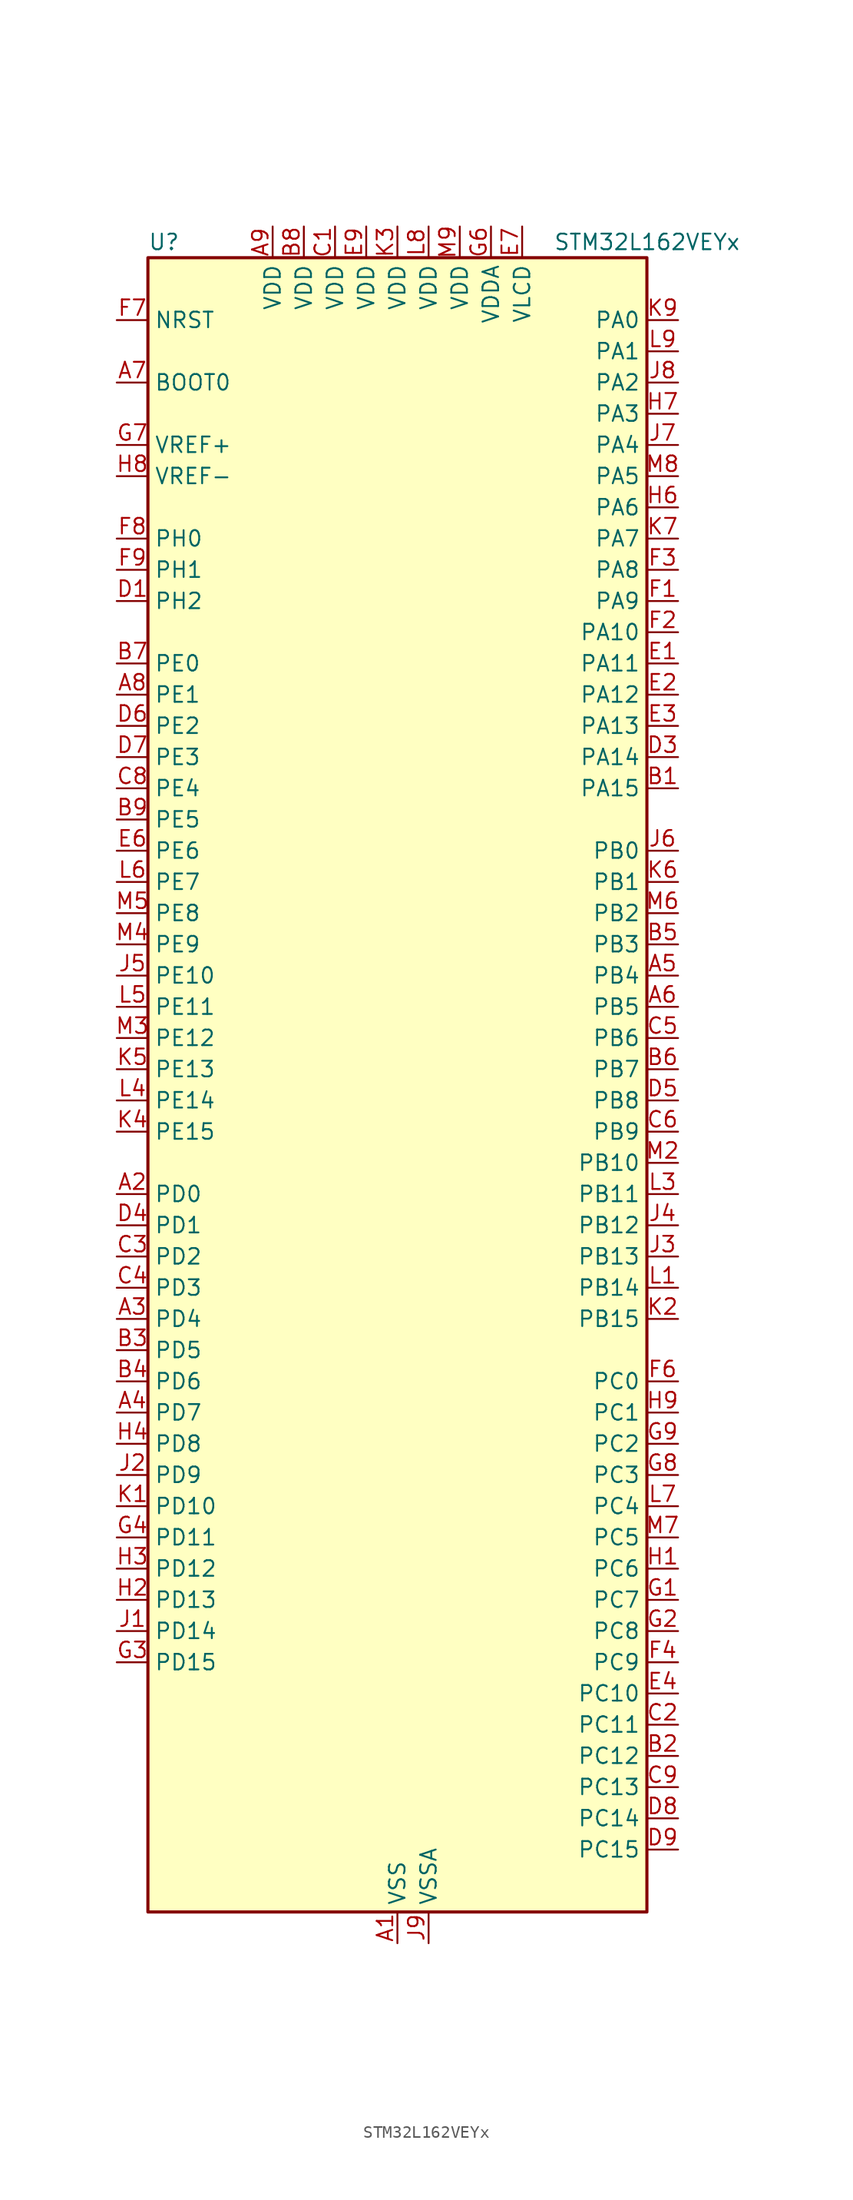
<source format=kicad_sym>
(kicad_symbol_lib
  (version 20241209)
  (generator "kicad_symbol_editor")
  (generator_version "9.0")
  (symbol "STM32L162VEYx"
    (property "Reference" "U"
      (at -20.32 69.85 0)
      (effects (font (size 1.27 1.27)) (justify left)))
    (property "Value" "STM32L162VEYx"
      (at 12.7 69.85 0)
      (effects (font (size 1.27 1.27)) (justify left)))
    (symbol "STM32L162VEYx_0_1"
      (rectangle (start -20.32 -66.04) (end 20.32 68.58) (stroke (width 0.254) (type default)) (fill (type background))))
    (symbol "STM32L162VEYx_1_1"
      (pin input line (at -22.86 63.5 0) (length 2.54) (name "NRST" (effects (font (size 1.27 1.27)))) (number "F7" (effects (font (size 1.27 1.27)))))
      (pin input line (at -22.86 58.42 0) (length 2.54) (name "BOOT0" (effects (font (size 1.27 1.27)))) (number "A7" (effects (font (size 1.27 1.27)))))
      (pin input line (at -22.86 53.34 0) (length 2.54) (name "VREF+" (effects (font (size 1.27 1.27)))) (number "G7" (effects (font (size 1.27 1.27)))))
      (pin input line (at -22.86 50.8 0) (length 2.54) (name "VREF-" (effects (font (size 1.27 1.27)))) (number "H8" (effects (font (size 1.27 1.27)))))
      (pin bidirectional line (at -22.86 45.72 0) (length 2.54) (name "PH0" (effects (font (size 1.27 1.27)))) (number "F8" (effects (font (size 1.27 1.27)))) (alternate "RCC_OSC_IN" bidirectional line))
      (pin bidirectional line (at -22.86 43.18 0) (length 2.54) (name "PH1" (effects (font (size 1.27 1.27)))) (number "F9" (effects (font (size 1.27 1.27)))) (alternate "RCC_OSC_OUT" bidirectional line))
      (pin bidirectional line (at -22.86 40.64 0) (length 2.54) (name "PH2" (effects (font (size 1.27 1.27)))) (number "D1" (effects (font (size 1.27 1.27)))))
      (pin bidirectional line (at -22.86 35.56 0) (length 2.54) (name "PE0" (effects (font (size 1.27 1.27)))) (number "B7" (effects (font (size 1.27 1.27)))) (alternate "LCD_SEG36" bidirectional line) (alternate "TIM10_CH1" bidirectional line) (alternate "TIM4_ETR" bidirectional line) (alternate "TIMX_IC1" bidirectional line))
      (pin bidirectional line (at -22.86 33.02 0) (length 2.54) (name "PE1" (effects (font (size 1.27 1.27)))) (number "A8" (effects (font (size 1.27 1.27)))) (alternate "LCD_SEG37" bidirectional line) (alternate "TIM11_CH1" bidirectional line) (alternate "TIMX_IC2" bidirectional line))
      (pin bidirectional line (at -22.86 30.48 0) (length 2.54) (name "PE2" (effects (font (size 1.27 1.27)))) (number "D6" (effects (font (size 1.27 1.27)))) (alternate "LCD_SEG38" bidirectional line) (alternate "SYS_TRACECK" bidirectional line) (alternate "TIM3_ETR" bidirectional line) (alternate "TIMX_IC3" bidirectional line))
      (pin bidirectional line (at -22.86 27.94 0) (length 2.54) (name "PE3" (effects (font (size 1.27 1.27)))) (number "D7" (effects (font (size 1.27 1.27)))) (alternate "LCD_SEG39" bidirectional line) (alternate "SYS_TRACED0" bidirectional line) (alternate "TIM3_CH1" bidirectional line) (alternate "TIMX_IC4" bidirectional line))
      (pin bidirectional line (at -22.86 25.4 0) (length 2.54) (name "PE4" (effects (font (size 1.27 1.27)))) (number "C8" (effects (font (size 1.27 1.27)))) (alternate "SYS_TRACED1" bidirectional line) (alternate "TIM3_CH2" bidirectional line) (alternate "TIMX_IC1" bidirectional line))
      (pin bidirectional line (at -22.86 22.86 0) (length 2.54) (name "PE5" (effects (font (size 1.27 1.27)))) (number "B9" (effects (font (size 1.27 1.27)))) (alternate "SYS_TRACED2" bidirectional line) (alternate "TIM9_CH1" bidirectional line) (alternate "TIMX_IC2" bidirectional line))
      (pin bidirectional line (at -22.86 20.32 0) (length 2.54) (name "PE6" (effects (font (size 1.27 1.27)))) (number "E6" (effects (font (size 1.27 1.27)))) (alternate "RTC_TAMP3" bidirectional line) (alternate "SYS_TRACED3" bidirectional line) (alternate "SYS_WKUP3" bidirectional line) (alternate "TIM9_CH2" bidirectional line) (alternate "TIMX_IC3" bidirectional line))
      (pin bidirectional line (at -22.86 17.78 0) (length 2.54) (name "PE7" (effects (font (size 1.27 1.27)))) (number "L6" (effects (font (size 1.27 1.27)))) (alternate "ADC_IN22" bidirectional line) (alternate "COMP1_INP" bidirectional line) (alternate "TIMX_IC4" bidirectional line))
      (pin bidirectional line (at -22.86 15.24 0) (length 2.54) (name "PE8" (effects (font (size 1.27 1.27)))) (number "M5" (effects (font (size 1.27 1.27)))) (alternate "ADC_IN23" bidirectional line) (alternate "COMP1_INP" bidirectional line) (alternate "TIMX_IC1" bidirectional line))
      (pin bidirectional line (at -22.86 12.7 0) (length 2.54) (name "PE9" (effects (font (size 1.27 1.27)))) (number "M4" (effects (font (size 1.27 1.27)))) (alternate "ADC_IN24" bidirectional line) (alternate "COMP1_INP" bidirectional line) (alternate "DAC_EXTI9" bidirectional line) (alternate "TIM2_CH1" bidirectional line) (alternate "TIM2_ETR" bidirectional line) (alternate "TIMX_IC2" bidirectional line))
      (pin bidirectional line (at -22.86 10.16 0) (length 2.54) (name "PE10" (effects (font (size 1.27 1.27)))) (number "J5" (effects (font (size 1.27 1.27)))) (alternate "ADC_IN25" bidirectional line) (alternate "COMP1_INP" bidirectional line) (alternate "TIM2_CH2" bidirectional line) (alternate "TIMX_IC3" bidirectional line))
      (pin bidirectional line (at -22.86 7.62 0) (length 2.54) (name "PE11" (effects (font (size 1.27 1.27)))) (number "L5" (effects (font (size 1.27 1.27)))) (alternate "ADC_EXTI11" bidirectional line) (alternate "TIM2_CH3" bidirectional line) (alternate "TIMX_IC4" bidirectional line))
      (pin bidirectional line (at -22.86 5.08 0) (length 2.54) (name "PE12" (effects (font (size 1.27 1.27)))) (number "M3" (effects (font (size 1.27 1.27)))) (alternate "SPI1_NSS" bidirectional line) (alternate "TIM2_CH4" bidirectional line) (alternate "TIMX_IC1" bidirectional line))
      (pin bidirectional line (at -22.86 2.54 0) (length 2.54) (name "PE13" (effects (font (size 1.27 1.27)))) (number "K5" (effects (font (size 1.27 1.27)))) (alternate "SPI1_SCK" bidirectional line) (alternate "TIMX_IC2" bidirectional line))
      (pin bidirectional line (at -22.86 0 0) (length 2.54) (name "PE14" (effects (font (size 1.27 1.27)))) (number "L4" (effects (font (size 1.27 1.27)))) (alternate "SPI1_MISO" bidirectional line) (alternate "TIMX_IC3" bidirectional line))
      (pin bidirectional line (at -22.86 -2.54 0) (length 2.54) (name "PE15" (effects (font (size 1.27 1.27)))) (number "K4" (effects (font (size 1.27 1.27)))) (alternate "ADC_EXTI15" bidirectional line) (alternate "SPI1_MOSI" bidirectional line) (alternate "TIMX_IC4" bidirectional line))
      (pin bidirectional line (at -22.86 -7.62 0) (length 2.54) (name "PD0" (effects (font (size 1.27 1.27)))) (number "A2" (effects (font (size 1.27 1.27)))) (alternate "I2S2_WS" bidirectional line) (alternate "SPI2_NSS" bidirectional line) (alternate "TIM9_CH1" bidirectional line) (alternate "TIMX_IC1" bidirectional line))
      (pin bidirectional line (at -22.86 -10.16 0) (length 2.54) (name "PD1" (effects (font (size 1.27 1.27)))) (number "D4" (effects (font (size 1.27 1.27)))) (alternate "I2S2_CK" bidirectional line) (alternate "SPI2_SCK" bidirectional line) (alternate "TIMX_IC2" bidirectional line))
      (pin bidirectional line (at -22.86 -12.7 0) (length 2.54) (name "PD2" (effects (font (size 1.27 1.27)))) (number "C3" (effects (font (size 1.27 1.27)))) (alternate "LCD_COM7" bidirectional line) (alternate "LCD_SEG31" bidirectional line) (alternate "LCD_SEG43" bidirectional line) (alternate "TIM3_ETR" bidirectional line) (alternate "TIMX_IC3" bidirectional line) (alternate "UART5_RX" bidirectional line))
      (pin bidirectional line (at -22.86 -15.24 0) (length 2.54) (name "PD3" (effects (font (size 1.27 1.27)))) (number "C4" (effects (font (size 1.27 1.27)))) (alternate "SPI2_MISO" bidirectional line) (alternate "TIMX_IC4" bidirectional line) (alternate "USART2_CTS" bidirectional line))
      (pin bidirectional line (at -22.86 -17.78 0) (length 2.54) (name "PD4" (effects (font (size 1.27 1.27)))) (number "A3" (effects (font (size 1.27 1.27)))) (alternate "I2S2_SD" bidirectional line) (alternate "SPI2_MOSI" bidirectional line) (alternate "TIMX_IC1" bidirectional line) (alternate "USART2_RTS" bidirectional line))
      (pin bidirectional line (at -22.86 -20.32 0) (length 2.54) (name "PD5" (effects (font (size 1.27 1.27)))) (number "B3" (effects (font (size 1.27 1.27)))) (alternate "TIMX_IC2" bidirectional line) (alternate "USART2_TX" bidirectional line))
      (pin bidirectional line (at -22.86 -22.86 0) (length 2.54) (name "PD6" (effects (font (size 1.27 1.27)))) (number "B4" (effects (font (size 1.27 1.27)))) (alternate "TIMX_IC3" bidirectional line) (alternate "USART2_RX" bidirectional line))
      (pin bidirectional line (at -22.86 -25.4 0) (length 2.54) (name "PD7" (effects (font (size 1.27 1.27)))) (number "A4" (effects (font (size 1.27 1.27)))) (alternate "TIM9_CH2" bidirectional line) (alternate "TIMX_IC4" bidirectional line) (alternate "USART2_CK" bidirectional line))
      (pin bidirectional line (at -22.86 -27.94 0) (length 2.54) (name "PD8" (effects (font (size 1.27 1.27)))) (number "H4" (effects (font (size 1.27 1.27)))) (alternate "LCD_SEG28" bidirectional line) (alternate "TIMX_IC1" bidirectional line) (alternate "USART3_TX" bidirectional line))
      (pin bidirectional line (at -22.86 -30.48 0) (length 2.54) (name "PD9" (effects (font (size 1.27 1.27)))) (number "J2" (effects (font (size 1.27 1.27)))) (alternate "DAC_EXTI9" bidirectional line) (alternate "LCD_SEG29" bidirectional line) (alternate "TIMX_IC2" bidirectional line) (alternate "USART3_RX" bidirectional line))
      (pin bidirectional line (at -22.86 -33.02 0) (length 2.54) (name "PD10" (effects (font (size 1.27 1.27)))) (number "K1" (effects (font (size 1.27 1.27)))) (alternate "LCD_SEG30" bidirectional line) (alternate "TIMX_IC3" bidirectional line) (alternate "USART3_CK" bidirectional line))
      (pin bidirectional line (at -22.86 -35.56 0) (length 2.54) (name "PD11" (effects (font (size 1.27 1.27)))) (number "G4" (effects (font (size 1.27 1.27)))) (alternate "ADC_EXTI11" bidirectional line) (alternate "LCD_SEG31" bidirectional line) (alternate "TIMX_IC4" bidirectional line) (alternate "USART3_CTS" bidirectional line))
      (pin bidirectional line (at -22.86 -38.1 0) (length 2.54) (name "PD12" (effects (font (size 1.27 1.27)))) (number "H3" (effects (font (size 1.27 1.27)))) (alternate "LCD_SEG32" bidirectional line) (alternate "TIM4_CH1" bidirectional line) (alternate "TIMX_IC1" bidirectional line) (alternate "USART3_RTS" bidirectional line))
      (pin bidirectional line (at -22.86 -40.64 0) (length 2.54) (name "PD13" (effects (font (size 1.27 1.27)))) (number "H2" (effects (font (size 1.27 1.27)))) (alternate "LCD_SEG33" bidirectional line) (alternate "TIM4_CH2" bidirectional line) (alternate "TIMX_IC2" bidirectional line))
      (pin bidirectional line (at -22.86 -43.18 0) (length 2.54) (name "PD14" (effects (font (size 1.27 1.27)))) (number "J1" (effects (font (size 1.27 1.27)))) (alternate "LCD_SEG34" bidirectional line) (alternate "TIM4_CH3" bidirectional line) (alternate "TIMX_IC3" bidirectional line))
      (pin bidirectional line (at -22.86 -45.72 0) (length 2.54) (name "PD15" (effects (font (size 1.27 1.27)))) (number "G3" (effects (font (size 1.27 1.27)))) (alternate "ADC_EXTI15" bidirectional line) (alternate "LCD_SEG35" bidirectional line) (alternate "TIM4_CH4" bidirectional line) (alternate "TIMX_IC4" bidirectional line))
      (pin power_in line (at -10.16 71.12 270) (length 2.54) (name "VDD" (effects (font (size 1.27 1.27)))) (number "A9" (effects (font (size 1.27 1.27)))))
      (pin power_in line (at -7.62 71.12 270) (length 2.54) (name "VDD" (effects (font (size 1.27 1.27)))) (number "B8" (effects (font (size 1.27 1.27)))))
      (pin power_in line (at -5.08 71.12 270) (length 2.54) (name "VDD" (effects (font (size 1.27 1.27)))) (number "C1" (effects (font (size 1.27 1.27)))))
      (pin power_in line (at -2.54 71.12 270) (length 2.54) (name "VDD" (effects (font (size 1.27 1.27)))) (number "E9" (effects (font (size 1.27 1.27)))))
      (pin power_in line (at 0 71.12 270) (length 2.54) (name "VDD" (effects (font (size 1.27 1.27)))) (number "K3" (effects (font (size 1.27 1.27)))))
      (pin power_in line (at 0 -68.58 90) (length 2.54) (name "VSS" (effects (font (size 1.27 1.27)))) (number "A1" (effects (font (size 1.27 1.27)))))
      (pin passive line (at 0 -68.58 90) (length 2.54) (hide yes) (name "VSS" (effects (font (size 1.27 1.27)))) (number "C7" (effects (font (size 1.27 1.27)))))
      (pin passive line (at 0 -68.58 90) (length 2.54) (hide yes) (name "VSS" (effects (font (size 1.27 1.27)))) (number "D2" (effects (font (size 1.27 1.27)))))
      (pin passive line (at 0 -68.58 90) (length 2.54) (hide yes) (name "VSS" (effects (font (size 1.27 1.27)))) (number "E8" (effects (font (size 1.27 1.27)))))
      (pin passive line (at 0 -68.58 90) (length 2.54) (hide yes) (name "VSS" (effects (font (size 1.27 1.27)))) (number "K8" (effects (font (size 1.27 1.27)))))
      (pin passive line (at 0 -68.58 90) (length 2.54) (hide yes) (name "VSS" (effects (font (size 1.27 1.27)))) (number "L2" (effects (font (size 1.27 1.27)))))
      (pin passive line (at 0 -68.58 90) (length 2.54) (hide yes) (name "VSS" (effects (font (size 1.27 1.27)))) (number "M1" (effects (font (size 1.27 1.27)))))
      (pin power_in line (at 2.54 71.12 270) (length 2.54) (name "VDD" (effects (font (size 1.27 1.27)))) (number "L8" (effects (font (size 1.27 1.27)))))
      (pin power_in line (at 2.54 -68.58 90) (length 2.54) (name "VSSA" (effects (font (size 1.27 1.27)))) (number "J9" (effects (font (size 1.27 1.27)))))
      (pin power_in line (at 5.08 71.12 270) (length 2.54) (name "VDD" (effects (font (size 1.27 1.27)))) (number "M9" (effects (font (size 1.27 1.27)))))
      (pin power_in line (at 7.62 71.12 270) (length 2.54) (name "VDDA" (effects (font (size 1.27 1.27)))) (number "G6" (effects (font (size 1.27 1.27)))))
      (pin power_in line (at 10.16 71.12 270) (length 2.54) (name "VLCD" (effects (font (size 1.27 1.27)))) (number "E7" (effects (font (size 1.27 1.27)))))
      (pin bidirectional line (at 22.86 63.5 180) (length 2.54) (name "PA0" (effects (font (size 1.27 1.27)))) (number "K9" (effects (font (size 1.27 1.27)))) (alternate "ADC_IN0" bidirectional line) (alternate "COMP1_INP" bidirectional line) (alternate "RTC_TAMP2" bidirectional line) (alternate "SYS_WKUP1" bidirectional line) (alternate "TIM2_CH1" bidirectional line) (alternate "TIM2_ETR" bidirectional line) (alternate "TIM5_CH1" bidirectional line) (alternate "TIMX_IC1" bidirectional line) (alternate "TS_G1_IO1" bidirectional line) (alternate "USART2_CTS" bidirectional line))
      (pin bidirectional line (at 22.86 60.96 180) (length 2.54) (name "PA1" (effects (font (size 1.27 1.27)))) (number "L9" (effects (font (size 1.27 1.27)))) (alternate "ADC_IN1" bidirectional line) (alternate "COMP1_INP" bidirectional line) (alternate "LCD_SEG0" bidirectional line) (alternate "OPAMP1_VINP" bidirectional line) (alternate "TIM2_CH2" bidirectional line) (alternate "TIM5_CH2" bidirectional line) (alternate "TIMX_IC2" bidirectional line) (alternate "TS_G1_IO2" bidirectional line) (alternate "USART2_RTS" bidirectional line))
      (pin bidirectional line (at 22.86 58.42 180) (length 2.54) (name "PA2" (effects (font (size 1.27 1.27)))) (number "J8" (effects (font (size 1.27 1.27)))) (alternate "ADC_IN2" bidirectional line) (alternate "COMP1_INP" bidirectional line) (alternate "LCD_SEG1" bidirectional line) (alternate "OPAMP1_VINM" bidirectional line) (alternate "TIM2_CH3" bidirectional line) (alternate "TIM5_CH3" bidirectional line) (alternate "TIM9_CH1" bidirectional line) (alternate "TIMX_IC3" bidirectional line) (alternate "TS_G1_IO3" bidirectional line) (alternate "USART2_TX" bidirectional line))
      (pin bidirectional line (at 22.86 55.88 180) (length 2.54) (name "PA3" (effects (font (size 1.27 1.27)))) (number "H7" (effects (font (size 1.27 1.27)))) (alternate "ADC_IN3" bidirectional line) (alternate "COMP1_INP" bidirectional line) (alternate "LCD_SEG2" bidirectional line) (alternate "OPAMP1_VOUT" bidirectional line) (alternate "TIM2_CH4" bidirectional line) (alternate "TIM5_CH4" bidirectional line) (alternate "TIM9_CH2" bidirectional line) (alternate "TIMX_IC4" bidirectional line) (alternate "TS_G1_IO4" bidirectional line) (alternate "USART2_RX" bidirectional line))
      (pin bidirectional line (at 22.86 53.34 180) (length 2.54) (name "PA4" (effects (font (size 1.27 1.27)))) (number "J7" (effects (font (size 1.27 1.27)))) (alternate "ADC_IN4" bidirectional line) (alternate "COMP1_INP" bidirectional line) (alternate "DAC_OUT1" bidirectional line) (alternate "I2S3_WS" bidirectional line) (alternate "SPI1_NSS" bidirectional line) (alternate "SPI3_NSS" bidirectional line) (alternate "TIMX_IC1" bidirectional line) (alternate "USART2_CK" bidirectional line))
      (pin bidirectional line (at 22.86 50.8 180) (length 2.54) (name "PA5" (effects (font (size 1.27 1.27)))) (number "M8" (effects (font (size 1.27 1.27)))) (alternate "ADC_IN5" bidirectional line) (alternate "COMP1_INP" bidirectional line) (alternate "DAC_OUT2" bidirectional line) (alternate "SPI1_SCK" bidirectional line) (alternate "TIM2_CH1" bidirectional line) (alternate "TIM2_ETR" bidirectional line) (alternate "TIMX_IC2" bidirectional line))
      (pin bidirectional line (at 22.86 48.26 180) (length 2.54) (name "PA6" (effects (font (size 1.27 1.27)))) (number "H6" (effects (font (size 1.27 1.27)))) (alternate "ADC_IN6" bidirectional line) (alternate "COMP1_INP" bidirectional line) (alternate "LCD_SEG3" bidirectional line) (alternate "OPAMP2_VINP" bidirectional line) (alternate "SPI1_MISO" bidirectional line) (alternate "TIM10_CH1" bidirectional line) (alternate "TIM3_CH1" bidirectional line) (alternate "TIMX_IC3" bidirectional line) (alternate "TS_G2_IO1" bidirectional line))
      (pin bidirectional line (at 22.86 45.72 180) (length 2.54) (name "PA7" (effects (font (size 1.27 1.27)))) (number "K7" (effects (font (size 1.27 1.27)))) (alternate "ADC_IN7" bidirectional line) (alternate "COMP1_INP" bidirectional line) (alternate "LCD_SEG4" bidirectional line) (alternate "OPAMP2_VINM" bidirectional line) (alternate "SPI1_MOSI" bidirectional line) (alternate "TIM11_CH1" bidirectional line) (alternate "TIM3_CH2" bidirectional line) (alternate "TIMX_IC4" bidirectional line) (alternate "TS_G2_IO2" bidirectional line))
      (pin bidirectional line (at 22.86 43.18 180) (length 2.54) (name "PA8" (effects (font (size 1.27 1.27)))) (number "F3" (effects (font (size 1.27 1.27)))) (alternate "LCD_COM0" bidirectional line) (alternate "RCC_MCO" bidirectional line) (alternate "TIMX_IC1" bidirectional line) (alternate "TS_G4_IO1" bidirectional line) (alternate "USART1_CK" bidirectional line))
      (pin bidirectional line (at 22.86 40.64 180) (length 2.54) (name "PA9" (effects (font (size 1.27 1.27)))) (number "F1" (effects (font (size 1.27 1.27)))) (alternate "DAC_EXTI9" bidirectional line) (alternate "LCD_COM1" bidirectional line) (alternate "TIMX_IC2" bidirectional line) (alternate "TS_G4_IO2" bidirectional line) (alternate "USART1_TX" bidirectional line))
      (pin bidirectional line (at 22.86 38.1 180) (length 2.54) (name "PA10" (effects (font (size 1.27 1.27)))) (number "F2" (effects (font (size 1.27 1.27)))) (alternate "LCD_COM2" bidirectional line) (alternate "TIMX_IC3" bidirectional line) (alternate "TS_G4_IO3" bidirectional line) (alternate "USART1_RX" bidirectional line))
      (pin bidirectional line (at 22.86 35.56 180) (length 2.54) (name "PA11" (effects (font (size 1.27 1.27)))) (number "E1" (effects (font (size 1.27 1.27)))) (alternate "ADC_EXTI11" bidirectional line) (alternate "SPI1_MISO" bidirectional line) (alternate "TIMX_IC4" bidirectional line) (alternate "USART1_CTS" bidirectional line) (alternate "USB_DM" bidirectional line))
      (pin bidirectional line (at 22.86 33.02 180) (length 2.54) (name "PA12" (effects (font (size 1.27 1.27)))) (number "E2" (effects (font (size 1.27 1.27)))) (alternate "SPI1_MOSI" bidirectional line) (alternate "TIMX_IC1" bidirectional line) (alternate "USART1_RTS" bidirectional line) (alternate "USB_DP" bidirectional line))
      (pin bidirectional line (at 22.86 30.48 180) (length 2.54) (name "PA13" (effects (font (size 1.27 1.27)))) (number "E3" (effects (font (size 1.27 1.27)))) (alternate "SYS_JTMS-SWDIO" bidirectional line) (alternate "TIMX_IC2" bidirectional line) (alternate "TS_G5_IO1" bidirectional line))
      (pin bidirectional line (at 22.86 27.94 180) (length 2.54) (name "PA14" (effects (font (size 1.27 1.27)))) (number "D3" (effects (font (size 1.27 1.27)))) (alternate "SYS_JTCK-SWCLK" bidirectional line) (alternate "TIMX_IC3" bidirectional line) (alternate "TS_G5_IO2" bidirectional line))
      (pin bidirectional line (at 22.86 25.4 180) (length 2.54) (name "PA15" (effects (font (size 1.27 1.27)))) (number "B1" (effects (font (size 1.27 1.27)))) (alternate "ADC_EXTI15" bidirectional line) (alternate "I2S3_WS" bidirectional line) (alternate "LCD_SEG17" bidirectional line) (alternate "SPI1_NSS" bidirectional line) (alternate "SPI3_NSS" bidirectional line) (alternate "SYS_JTDI" bidirectional line) (alternate "TIM2_CH1" bidirectional line) (alternate "TIM2_ETR" bidirectional line) (alternate "TIMX_IC4" bidirectional line) (alternate "TS_G5_IO3" bidirectional line))
      (pin bidirectional line (at 22.86 20.32 180) (length 2.54) (name "PB0" (effects (font (size 1.27 1.27)))) (number "J6" (effects (font (size 1.27 1.27)))) (alternate "ADC_IN8" bidirectional line) (alternate "COMP1_INP" bidirectional line) (alternate "LCD_SEG5" bidirectional line) (alternate "OPAMP2_VOUT" bidirectional line) (alternate "SYS_V_REF_OUT" bidirectional line) (alternate "TIM3_CH3" bidirectional line) (alternate "TS_G3_IO1" bidirectional line))
      (pin bidirectional line (at 22.86 17.78 180) (length 2.54) (name "PB1" (effects (font (size 1.27 1.27)))) (number "K6" (effects (font (size 1.27 1.27)))) (alternate "ADC_IN9" bidirectional line) (alternate "COMP1_INP" bidirectional line) (alternate "LCD_SEG6" bidirectional line) (alternate "SYS_V_REF_OUT" bidirectional line) (alternate "TIM3_CH4" bidirectional line) (alternate "TS_G3_IO2" bidirectional line))
      (pin bidirectional line (at 22.86 15.24 180) (length 2.54) (name "PB2" (effects (font (size 1.27 1.27)))) (number "M6" (effects (font (size 1.27 1.27)))) (alternate "ADC_IN0b" bidirectional line) (alternate "TS_G3_IO3" bidirectional line))
      (pin bidirectional line (at 22.86 12.7 180) (length 2.54) (name "PB3" (effects (font (size 1.27 1.27)))) (number "B5" (effects (font (size 1.27 1.27)))) (alternate "COMP2_INM" bidirectional line) (alternate "I2S3_CK" bidirectional line) (alternate "LCD_SEG7" bidirectional line) (alternate "SPI1_SCK" bidirectional line) (alternate "SPI3_SCK" bidirectional line) (alternate "SYS_JTDO-TRACESWO" bidirectional line) (alternate "TIM2_CH2" bidirectional line))
      (pin bidirectional line (at 22.86 10.16 180) (length 2.54) (name "PB4" (effects (font (size 1.27 1.27)))) (number "A5" (effects (font (size 1.27 1.27)))) (alternate "COMP2_INP" bidirectional line) (alternate "LCD_SEG8" bidirectional line) (alternate "SPI1_MISO" bidirectional line) (alternate "SPI3_MISO" bidirectional line) (alternate "SYS_JTRST" bidirectional line) (alternate "TIM3_CH1" bidirectional line) (alternate "TS_G6_IO1" bidirectional line))
      (pin bidirectional line (at 22.86 7.62 180) (length 2.54) (name "PB5" (effects (font (size 1.27 1.27)))) (number "A6" (effects (font (size 1.27 1.27)))) (alternate "COMP2_INP" bidirectional line) (alternate "I2C1_SMBA" bidirectional line) (alternate "I2S3_SD" bidirectional line) (alternate "LCD_SEG9" bidirectional line) (alternate "SPI1_MOSI" bidirectional line) (alternate "SPI3_MOSI" bidirectional line) (alternate "TIM3_CH2" bidirectional line) (alternate "TS_G6_IO2" bidirectional line))
      (pin bidirectional line (at 22.86 5.08 180) (length 2.54) (name "PB6" (effects (font (size 1.27 1.27)))) (number "C5" (effects (font (size 1.27 1.27)))) (alternate "COMP2_INP" bidirectional line) (alternate "I2C1_SCL" bidirectional line) (alternate "TIM4_CH1" bidirectional line) (alternate "TS_G6_IO3" bidirectional line) (alternate "USART1_TX" bidirectional line))
      (pin bidirectional line (at 22.86 2.54 180) (length 2.54) (name "PB7" (effects (font (size 1.27 1.27)))) (number "B6" (effects (font (size 1.27 1.27)))) (alternate "COMP2_INP" bidirectional line) (alternate "I2C1_SDA" bidirectional line) (alternate "SYS_PVD_IN" bidirectional line) (alternate "TIM4_CH2" bidirectional line) (alternate "TS_G6_IO4" bidirectional line) (alternate "USART1_RX" bidirectional line))
      (pin bidirectional line (at 22.86 0 180) (length 2.54) (name "PB8" (effects (font (size 1.27 1.27)))) (number "D5" (effects (font (size 1.27 1.27)))) (alternate "I2C1_SCL" bidirectional line) (alternate "LCD_SEG16" bidirectional line) (alternate "TIM10_CH1" bidirectional line) (alternate "TIM4_CH3" bidirectional line))
      (pin bidirectional line (at 22.86 -2.54 180) (length 2.54) (name "PB9" (effects (font (size 1.27 1.27)))) (number "C6" (effects (font (size 1.27 1.27)))) (alternate "DAC_EXTI9" bidirectional line) (alternate "I2C1_SDA" bidirectional line) (alternate "LCD_COM3" bidirectional line) (alternate "TIM11_CH1" bidirectional line) (alternate "TIM4_CH4" bidirectional line))
      (pin bidirectional line (at 22.86 -5.08 180) (length 2.54) (name "PB10" (effects (font (size 1.27 1.27)))) (number "M2" (effects (font (size 1.27 1.27)))) (alternate "I2C2_SCL" bidirectional line) (alternate "LCD_SEG10" bidirectional line) (alternate "TIM2_CH3" bidirectional line) (alternate "USART3_TX" bidirectional line))
      (pin bidirectional line (at 22.86 -7.62 180) (length 2.54) (name "PB11" (effects (font (size 1.27 1.27)))) (number "L3" (effects (font (size 1.27 1.27)))) (alternate "ADC_EXTI11" bidirectional line) (alternate "I2C2_SDA" bidirectional line) (alternate "LCD_SEG11" bidirectional line) (alternate "TIM2_CH4" bidirectional line) (alternate "USART3_RX" bidirectional line))
      (pin bidirectional line (at 22.86 -10.16 180) (length 2.54) (name "PB12" (effects (font (size 1.27 1.27)))) (number "J4" (effects (font (size 1.27 1.27)))) (alternate "ADC_IN18" bidirectional line) (alternate "COMP1_INP" bidirectional line) (alternate "I2C2_SMBA" bidirectional line) (alternate "I2S2_WS" bidirectional line) (alternate "LCD_SEG12" bidirectional line) (alternate "SPI2_NSS" bidirectional line) (alternate "TIM10_CH1" bidirectional line) (alternate "TS_G7_IO1" bidirectional line) (alternate "USART3_CK" bidirectional line))
      (pin bidirectional line (at 22.86 -12.7 180) (length 2.54) (name "PB13" (effects (font (size 1.27 1.27)))) (number "J3" (effects (font (size 1.27 1.27)))) (alternate "ADC_IN19" bidirectional line) (alternate "COMP1_INP" bidirectional line) (alternate "I2S2_CK" bidirectional line) (alternate "LCD_SEG13" bidirectional line) (alternate "SPI2_SCK" bidirectional line) (alternate "TIM9_CH1" bidirectional line) (alternate "TS_G7_IO2" bidirectional line) (alternate "USART3_CTS" bidirectional line))
      (pin bidirectional line (at 22.86 -15.24 180) (length 2.54) (name "PB14" (effects (font (size 1.27 1.27)))) (number "L1" (effects (font (size 1.27 1.27)))) (alternate "ADC_IN20" bidirectional line) (alternate "COMP1_INP" bidirectional line) (alternate "LCD_SEG14" bidirectional line) (alternate "SPI2_MISO" bidirectional line) (alternate "TIM9_CH2" bidirectional line) (alternate "TS_G7_IO3" bidirectional line) (alternate "USART3_RTS" bidirectional line))
      (pin bidirectional line (at 22.86 -17.78 180) (length 2.54) (name "PB15" (effects (font (size 1.27 1.27)))) (number "K2" (effects (font (size 1.27 1.27)))) (alternate "ADC_EXTI15" bidirectional line) (alternate "ADC_IN21" bidirectional line) (alternate "COMP1_INP" bidirectional line) (alternate "I2S2_SD" bidirectional line) (alternate "LCD_SEG15" bidirectional line) (alternate "RTC_REFIN" bidirectional line) (alternate "SPI2_MOSI" bidirectional line) (alternate "TIM11_CH1" bidirectional line) (alternate "TS_G7_IO4" bidirectional line))
      (pin bidirectional line (at 22.86 -22.86 180) (length 2.54) (name "PC0" (effects (font (size 1.27 1.27)))) (number "F6" (effects (font (size 1.27 1.27)))) (alternate "ADC_IN10" bidirectional line) (alternate "COMP1_INP" bidirectional line) (alternate "LCD_SEG18" bidirectional line) (alternate "TIMX_IC1" bidirectional line) (alternate "TS_G8_IO1" bidirectional line))
      (pin bidirectional line (at 22.86 -25.4 180) (length 2.54) (name "PC1" (effects (font (size 1.27 1.27)))) (number "H9" (effects (font (size 1.27 1.27)))) (alternate "ADC_IN11" bidirectional line) (alternate "COMP1_INP" bidirectional line) (alternate "LCD_SEG19" bidirectional line) (alternate "TIMX_IC2" bidirectional line) (alternate "TS_G8_IO2" bidirectional line))
      (pin bidirectional line (at 22.86 -27.94 180) (length 2.54) (name "PC2" (effects (font (size 1.27 1.27)))) (number "G9" (effects (font (size 1.27 1.27)))) (alternate "ADC_IN12" bidirectional line) (alternate "COMP1_INP" bidirectional line) (alternate "LCD_SEG20" bidirectional line) (alternate "TIMX_IC3" bidirectional line) (alternate "TS_G8_IO3" bidirectional line))
      (pin bidirectional line (at 22.86 -30.48 180) (length 2.54) (name "PC3" (effects (font (size 1.27 1.27)))) (number "G8" (effects (font (size 1.27 1.27)))) (alternate "ADC_IN13" bidirectional line) (alternate "COMP1_INP" bidirectional line) (alternate "LCD_SEG21" bidirectional line) (alternate "TIMX_IC4" bidirectional line) (alternate "TS_G8_IO4" bidirectional line))
      (pin bidirectional line (at 22.86 -33.02 180) (length 2.54) (name "PC4" (effects (font (size 1.27 1.27)))) (number "L7" (effects (font (size 1.27 1.27)))) (alternate "ADC_IN14" bidirectional line) (alternate "COMP1_INP" bidirectional line) (alternate "LCD_SEG22" bidirectional line) (alternate "TIMX_IC1" bidirectional line) (alternate "TS_G9_IO1" bidirectional line))
      (pin bidirectional line (at 22.86 -35.56 180) (length 2.54) (name "PC5" (effects (font (size 1.27 1.27)))) (number "M7" (effects (font (size 1.27 1.27)))) (alternate "ADC_IN15" bidirectional line) (alternate "COMP1_INP" bidirectional line) (alternate "LCD_SEG23" bidirectional line) (alternate "TIMX_IC2" bidirectional line) (alternate "TS_G9_IO2" bidirectional line))
      (pin bidirectional line (at 22.86 -38.1 180) (length 2.54) (name "PC6" (effects (font (size 1.27 1.27)))) (number "H1" (effects (font (size 1.27 1.27)))) (alternate "I2S2_MCK" bidirectional line) (alternate "LCD_SEG24" bidirectional line) (alternate "TIM3_CH1" bidirectional line) (alternate "TIMX_IC3" bidirectional line) (alternate "TS_G10_IO1" bidirectional line))
      (pin bidirectional line (at 22.86 -40.64 180) (length 2.54) (name "PC7" (effects (font (size 1.27 1.27)))) (number "G1" (effects (font (size 1.27 1.27)))) (alternate "I2S3_MCK" bidirectional line) (alternate "LCD_SEG25" bidirectional line) (alternate "TIM3_CH2" bidirectional line) (alternate "TIMX_IC4" bidirectional line) (alternate "TS_G10_IO2" bidirectional line))
      (pin bidirectional line (at 22.86 -43.18 180) (length 2.54) (name "PC8" (effects (font (size 1.27 1.27)))) (number "G2" (effects (font (size 1.27 1.27)))) (alternate "LCD_SEG26" bidirectional line) (alternate "TIM3_CH3" bidirectional line) (alternate "TIMX_IC1" bidirectional line) (alternate "TS_G10_IO3" bidirectional line))
      (pin bidirectional line (at 22.86 -45.72 180) (length 2.54) (name "PC9" (effects (font (size 1.27 1.27)))) (number "F4" (effects (font (size 1.27 1.27)))) (alternate "DAC_EXTI9" bidirectional line) (alternate "LCD_SEG27" bidirectional line) (alternate "TIM3_CH4" bidirectional line) (alternate "TIMX_IC2" bidirectional line) (alternate "TS_G10_IO4" bidirectional line))
      (pin bidirectional line (at 22.86 -48.26 180) (length 2.54) (name "PC10" (effects (font (size 1.27 1.27)))) (number "E4" (effects (font (size 1.27 1.27)))) (alternate "I2S3_CK" bidirectional line) (alternate "LCD_COM4" bidirectional line) (alternate "LCD_SEG28" bidirectional line) (alternate "LCD_SEG40" bidirectional line) (alternate "SPI3_SCK" bidirectional line) (alternate "TIMX_IC3" bidirectional line) (alternate "UART4_TX" bidirectional line) (alternate "USART3_TX" bidirectional line))
      (pin bidirectional line (at 22.86 -50.8 180) (length 2.54) (name "PC11" (effects (font (size 1.27 1.27)))) (number "C2" (effects (font (size 1.27 1.27)))) (alternate "ADC_EXTI11" bidirectional line) (alternate "LCD_COM5" bidirectional line) (alternate "LCD_SEG29" bidirectional line) (alternate "LCD_SEG41" bidirectional line) (alternate "SPI3_MISO" bidirectional line) (alternate "TIMX_IC4" bidirectional line) (alternate "UART4_RX" bidirectional line) (alternate "USART3_RX" bidirectional line))
      (pin bidirectional line (at 22.86 -53.34 180) (length 2.54) (name "PC12" (effects (font (size 1.27 1.27)))) (number "B2" (effects (font (size 1.27 1.27)))) (alternate "I2S3_SD" bidirectional line) (alternate "LCD_COM6" bidirectional line) (alternate "LCD_SEG30" bidirectional line) (alternate "LCD_SEG42" bidirectional line) (alternate "SPI3_MOSI" bidirectional line) (alternate "TIMX_IC1" bidirectional line) (alternate "UART5_TX" bidirectional line) (alternate "USART3_CK" bidirectional line))
      (pin bidirectional line (at 22.86 -55.88 180) (length 2.54) (name "PC13" (effects (font (size 1.27 1.27)))) (number "C9" (effects (font (size 1.27 1.27)))) (alternate "RTC_OUT_ALARM" bidirectional line) (alternate "RTC_OUT_CALIB" bidirectional line) (alternate "RTC_TAMP1" bidirectional line) (alternate "RTC_TS" bidirectional line) (alternate "SYS_WKUP2" bidirectional line) (alternate "TIMX_IC2" bidirectional line))
      (pin bidirectional line (at 22.86 -58.42 180) (length 2.54) (name "PC14" (effects (font (size 1.27 1.27)))) (number "D8" (effects (font (size 1.27 1.27)))) (alternate "RCC_OSC32_IN" bidirectional line) (alternate "TIMX_IC3" bidirectional line))
      (pin bidirectional line (at 22.86 -60.96 180) (length 2.54) (name "PC15" (effects (font (size 1.27 1.27)))) (number "D9" (effects (font (size 1.27 1.27)))) (alternate "ADC_EXTI15" bidirectional line) (alternate "RCC_OSC32_OUT" bidirectional line) (alternate "TIMX_IC4" bidirectional line)))))
</source>
